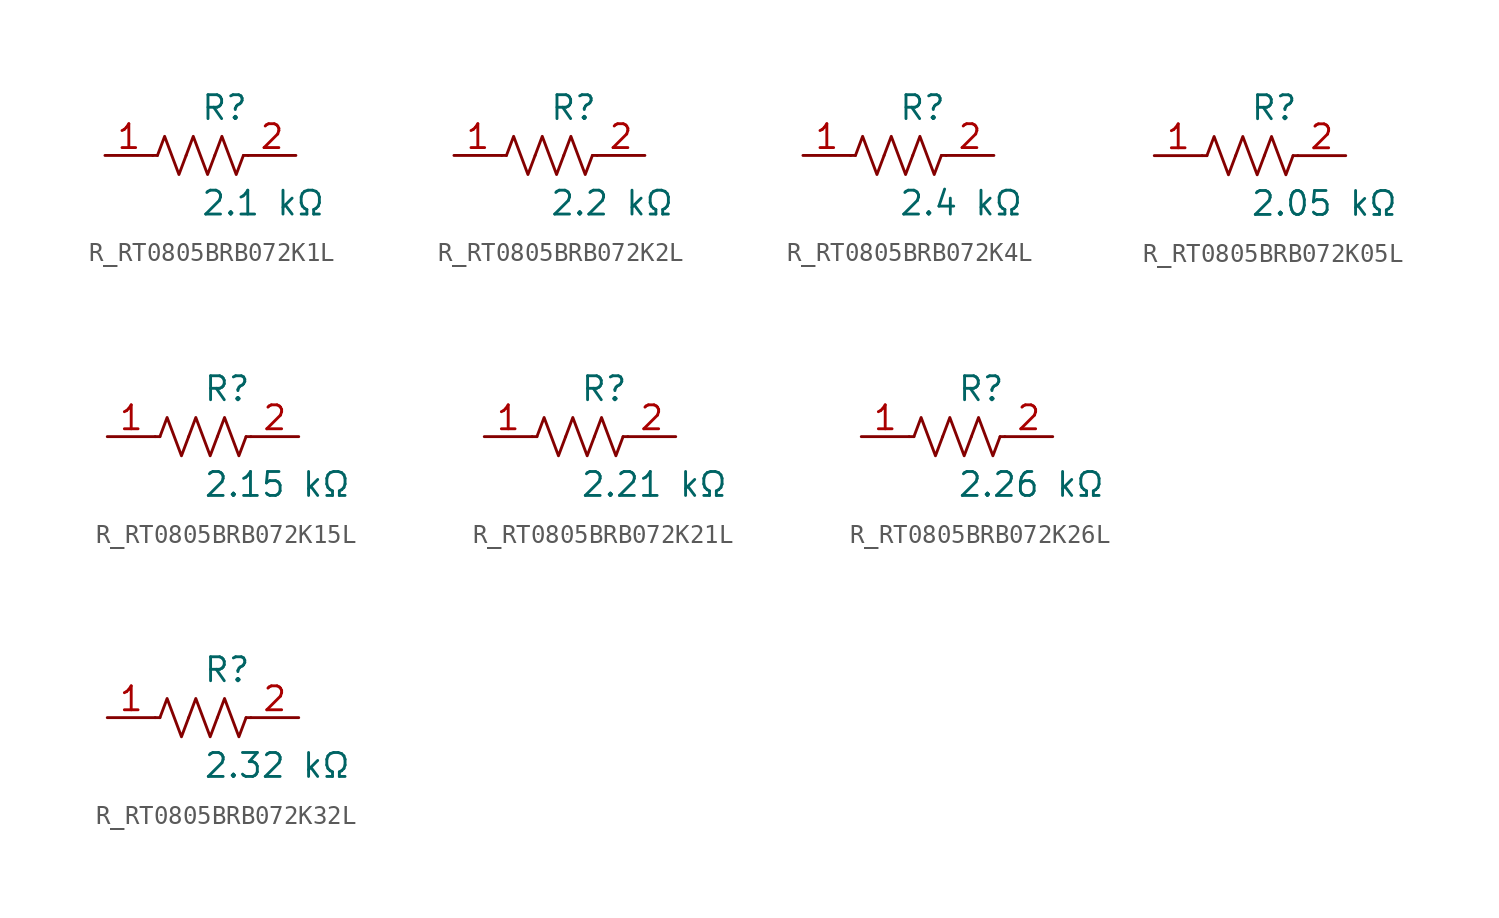
<source format=kicad_sym>
(kicad_symbol_lib
  (version 20231120)
  (generator kicad_symbol_editor)
  (generator_version 8.0)
  (symbol "R_RT0805BRB072K1L"
    (pin_names
      (offset 0.254))
    (property "Reference" "R"
      (at 0 2.54 0)
      (effects (font (size 1.27 1.27)) (justify left)))
    (property "Value" "2.1 kΩ"
      (at 0 -2.54 0)
      (effects (font (size 1.27 1.27)) (justify left)))
    (symbol "R_RT0805BRB072K1L_0_1"
      (polyline (pts (xy 2.286 0) (xy 2.54 0)) (stroke (width 0) (type default)) (fill (type none)))
      (polyline (pts (xy -2.286 0) (xy -2.54 0)) (stroke (width 0) (type default)) (fill (type none)))
      (polyline (pts (xy 0.762 0) (xy 1.143 1.016) (xy 1.524 0) (xy 1.905 -1.016) (xy 2.286 0)) (stroke (width 0) (type default)) (fill (type none)))
      (polyline (pts (xy -0.762 0) (xy -0.381 1.016) (xy 0 0) (xy 0.381 -1.016) (xy 0.762 0)) (stroke (width 0) (type default)) (fill (type none)))
      (polyline (pts (xy -2.286 0) (xy -1.905 1.016) (xy -1.524 0) (xy -1.143 -1.016) (xy -0.762 0)) (stroke (width 0) (type default)) (fill (type none))))
    (pin unspecified line
      (at -5.08 0 0)
      (length 2.54)
      (name "" (effects (font (size 1.27 1.27))))
      (number "1" (effects (font (size 1.27 1.27)))))
    (pin unspecified line
      (at 5.08 0 180)
      (length 2.54)
      (name "" (effects (font (size 1.27 1.27))))
      (number "2" (effects (font (size 1.27 1.27))))))
  (symbol "R_RT0805BRB072K2L"
    (pin_names
      (offset 0.254))
    (property "Reference" "R"
      (at 0 2.54 0)
      (effects (font (size 1.27 1.27)) (justify left)))
    (property "Value" "2.2 kΩ"
      (at 0 -2.54 0)
      (effects (font (size 1.27 1.27)) (justify left)))
    (symbol "R_RT0805BRB072K2L_0_1"
      (polyline (pts (xy 2.286 0) (xy 2.54 0)) (stroke (width 0) (type default)) (fill (type none)))
      (polyline (pts (xy -2.286 0) (xy -2.54 0)) (stroke (width 0) (type default)) (fill (type none)))
      (polyline (pts (xy 0.762 0) (xy 1.143 1.016) (xy 1.524 0) (xy 1.905 -1.016) (xy 2.286 0)) (stroke (width 0) (type default)) (fill (type none)))
      (polyline (pts (xy -0.762 0) (xy -0.381 1.016) (xy 0 0) (xy 0.381 -1.016) (xy 0.762 0)) (stroke (width 0) (type default)) (fill (type none)))
      (polyline (pts (xy -2.286 0) (xy -1.905 1.016) (xy -1.524 0) (xy -1.143 -1.016) (xy -0.762 0)) (stroke (width 0) (type default)) (fill (type none))))
    (pin unspecified line
      (at -5.08 0 0)
      (length 2.54)
      (name "" (effects (font (size 1.27 1.27))))
      (number "1" (effects (font (size 1.27 1.27)))))
    (pin unspecified line
      (at 5.08 0 180)
      (length 2.54)
      (name "" (effects (font (size 1.27 1.27))))
      (number "2" (effects (font (size 1.27 1.27))))))
  (symbol "R_RT0805BRB072K4L"
    (pin_names
      (offset 0.254))
    (property "Reference" "R"
      (at 0 2.54 0)
      (effects (font (size 1.27 1.27)) (justify left)))
    (property "Value" "2.4 kΩ"
      (at 0 -2.54 0)
      (effects (font (size 1.27 1.27)) (justify left)))
    (symbol "R_RT0805BRB072K4L_0_1"
      (polyline (pts (xy 2.286 0) (xy 2.54 0)) (stroke (width 0) (type default)) (fill (type none)))
      (polyline (pts (xy -2.286 0) (xy -2.54 0)) (stroke (width 0) (type default)) (fill (type none)))
      (polyline (pts (xy 0.762 0) (xy 1.143 1.016) (xy 1.524 0) (xy 1.905 -1.016) (xy 2.286 0)) (stroke (width 0) (type default)) (fill (type none)))
      (polyline (pts (xy -0.762 0) (xy -0.381 1.016) (xy 0 0) (xy 0.381 -1.016) (xy 0.762 0)) (stroke (width 0) (type default)) (fill (type none)))
      (polyline (pts (xy -2.286 0) (xy -1.905 1.016) (xy -1.524 0) (xy -1.143 -1.016) (xy -0.762 0)) (stroke (width 0) (type default)) (fill (type none))))
    (pin unspecified line
      (at -5.08 0 0)
      (length 2.54)
      (name "" (effects (font (size 1.27 1.27))))
      (number "1" (effects (font (size 1.27 1.27)))))
    (pin unspecified line
      (at 5.08 0 180)
      (length 2.54)
      (name "" (effects (font (size 1.27 1.27))))
      (number "2" (effects (font (size 1.27 1.27))))))
  (symbol "R_RT0805BRB072K05L"
    (pin_names
      (offset 0.254))
    (property "Reference" "R"
      (at 0 2.54 0)
      (effects (font (size 1.27 1.27)) (justify left)))
    (property "Value" "2.05 kΩ"
      (at 0 -2.54 0)
      (effects (font (size 1.27 1.27)) (justify left)))
    (symbol "R_RT0805BRB072K05L_0_1"
      (polyline (pts (xy 2.286 0) (xy 2.54 0)) (stroke (width 0) (type default)) (fill (type none)))
      (polyline (pts (xy -2.286 0) (xy -2.54 0)) (stroke (width 0) (type default)) (fill (type none)))
      (polyline (pts (xy 0.762 0) (xy 1.143 1.016) (xy 1.524 0) (xy 1.905 -1.016) (xy 2.286 0)) (stroke (width 0) (type default)) (fill (type none)))
      (polyline (pts (xy -0.762 0) (xy -0.381 1.016) (xy 0 0) (xy 0.381 -1.016) (xy 0.762 0)) (stroke (width 0) (type default)) (fill (type none)))
      (polyline (pts (xy -2.286 0) (xy -1.905 1.016) (xy -1.524 0) (xy -1.143 -1.016) (xy -0.762 0)) (stroke (width 0) (type default)) (fill (type none))))
    (pin unspecified line
      (at -5.08 0 0)
      (length 2.54)
      (name "" (effects (font (size 1.27 1.27))))
      (number "1" (effects (font (size 1.27 1.27)))))
    (pin unspecified line
      (at 5.08 0 180)
      (length 2.54)
      (name "" (effects (font (size 1.27 1.27))))
      (number "2" (effects (font (size 1.27 1.27))))))
  (symbol "R_RT0805BRB072K15L"
    (pin_names
      (offset 0.254))
    (property "Reference" "R"
      (at 0 2.54 0)
      (effects (font (size 1.27 1.27)) (justify left)))
    (property "Value" "2.15 kΩ"
      (at 0 -2.54 0)
      (effects (font (size 1.27 1.27)) (justify left)))
    (symbol "R_RT0805BRB072K15L_0_1"
      (polyline (pts (xy 2.286 0) (xy 2.54 0)) (stroke (width 0) (type default)) (fill (type none)))
      (polyline (pts (xy -2.286 0) (xy -2.54 0)) (stroke (width 0) (type default)) (fill (type none)))
      (polyline (pts (xy 0.762 0) (xy 1.143 1.016) (xy 1.524 0) (xy 1.905 -1.016) (xy 2.286 0)) (stroke (width 0) (type default)) (fill (type none)))
      (polyline (pts (xy -0.762 0) (xy -0.381 1.016) (xy 0 0) (xy 0.381 -1.016) (xy 0.762 0)) (stroke (width 0) (type default)) (fill (type none)))
      (polyline (pts (xy -2.286 0) (xy -1.905 1.016) (xy -1.524 0) (xy -1.143 -1.016) (xy -0.762 0)) (stroke (width 0) (type default)) (fill (type none))))
    (pin unspecified line
      (at -5.08 0 0)
      (length 2.54)
      (name "" (effects (font (size 1.27 1.27))))
      (number "1" (effects (font (size 1.27 1.27)))))
    (pin unspecified line
      (at 5.08 0 180)
      (length 2.54)
      (name "" (effects (font (size 1.27 1.27))))
      (number "2" (effects (font (size 1.27 1.27))))))
  (symbol "R_RT0805BRB072K21L"
    (pin_names
      (offset 0.254))
    (property "Reference" "R"
      (at 0 2.54 0)
      (effects (font (size 1.27 1.27)) (justify left)))
    (property "Value" "2.21 kΩ"
      (at 0 -2.54 0)
      (effects (font (size 1.27 1.27)) (justify left)))
    (symbol "R_RT0805BRB072K21L_0_1"
      (polyline (pts (xy 2.286 0) (xy 2.54 0)) (stroke (width 0) (type default)) (fill (type none)))
      (polyline (pts (xy -2.286 0) (xy -2.54 0)) (stroke (width 0) (type default)) (fill (type none)))
      (polyline (pts (xy 0.762 0) (xy 1.143 1.016) (xy 1.524 0) (xy 1.905 -1.016) (xy 2.286 0)) (stroke (width 0) (type default)) (fill (type none)))
      (polyline (pts (xy -0.762 0) (xy -0.381 1.016) (xy 0 0) (xy 0.381 -1.016) (xy 0.762 0)) (stroke (width 0) (type default)) (fill (type none)))
      (polyline (pts (xy -2.286 0) (xy -1.905 1.016) (xy -1.524 0) (xy -1.143 -1.016) (xy -0.762 0)) (stroke (width 0) (type default)) (fill (type none))))
    (pin unspecified line
      (at -5.08 0 0)
      (length 2.54)
      (name "" (effects (font (size 1.27 1.27))))
      (number "1" (effects (font (size 1.27 1.27)))))
    (pin unspecified line
      (at 5.08 0 180)
      (length 2.54)
      (name "" (effects (font (size 1.27 1.27))))
      (number "2" (effects (font (size 1.27 1.27))))))
  (symbol "R_RT0805BRB072K26L"
    (pin_names
      (offset 0.254))
    (property "Reference" "R"
      (at 0 2.54 0)
      (effects (font (size 1.27 1.27)) (justify left)))
    (property "Value" "2.26 kΩ"
      (at 0 -2.54 0)
      (effects (font (size 1.27 1.27)) (justify left)))
    (symbol "R_RT0805BRB072K26L_0_1"
      (polyline (pts (xy 2.286 0) (xy 2.54 0)) (stroke (width 0) (type default)) (fill (type none)))
      (polyline (pts (xy -2.286 0) (xy -2.54 0)) (stroke (width 0) (type default)) (fill (type none)))
      (polyline (pts (xy 0.762 0) (xy 1.143 1.016) (xy 1.524 0) (xy 1.905 -1.016) (xy 2.286 0)) (stroke (width 0) (type default)) (fill (type none)))
      (polyline (pts (xy -0.762 0) (xy -0.381 1.016) (xy 0 0) (xy 0.381 -1.016) (xy 0.762 0)) (stroke (width 0) (type default)) (fill (type none)))
      (polyline (pts (xy -2.286 0) (xy -1.905 1.016) (xy -1.524 0) (xy -1.143 -1.016) (xy -0.762 0)) (stroke (width 0) (type default)) (fill (type none))))
    (pin unspecified line
      (at -5.08 0 0)
      (length 2.54)
      (name "" (effects (font (size 1.27 1.27))))
      (number "1" (effects (font (size 1.27 1.27)))))
    (pin unspecified line
      (at 5.08 0 180)
      (length 2.54)
      (name "" (effects (font (size 1.27 1.27))))
      (number "2" (effects (font (size 1.27 1.27))))))
  (symbol "R_RT0805BRB072K32L"
    (pin_names
      (offset 0.254))
    (property "Reference" "R"
      (at 0 2.54 0)
      (effects (font (size 1.27 1.27)) (justify left)))
    (property "Value" "2.32 kΩ"
      (at 0 -2.54 0)
      (effects (font (size 1.27 1.27)) (justify left)))
    (symbol "R_RT0805BRB072K32L_0_1"
      (polyline (pts (xy 2.286 0) (xy 2.54 0)) (stroke (width 0) (type default)) (fill (type none)))
      (polyline (pts (xy -2.286 0) (xy -2.54 0)) (stroke (width 0) (type default)) (fill (type none)))
      (polyline (pts (xy 0.762 0) (xy 1.143 1.016) (xy 1.524 0) (xy 1.905 -1.016) (xy 2.286 0)) (stroke (width 0) (type default)) (fill (type none)))
      (polyline (pts (xy -0.762 0) (xy -0.381 1.016) (xy 0 0) (xy 0.381 -1.016) (xy 0.762 0)) (stroke (width 0) (type default)) (fill (type none)))
      (polyline (pts (xy -2.286 0) (xy -1.905 1.016) (xy -1.524 0) (xy -1.143 -1.016) (xy -0.762 0)) (stroke (width 0) (type default)) (fill (type none))))
    (pin unspecified line
      (at -5.08 0 0)
      (length 2.54)
      (name "" (effects (font (size 1.27 1.27))))
      (number "1" (effects (font (size 1.27 1.27)))))
    (pin unspecified line
      (at 5.08 0 180)
      (length 2.54)
      (name "" (effects (font (size 1.27 1.27))))
      (number "2" (effects (font (size 1.27 1.27)))))))
</source>
